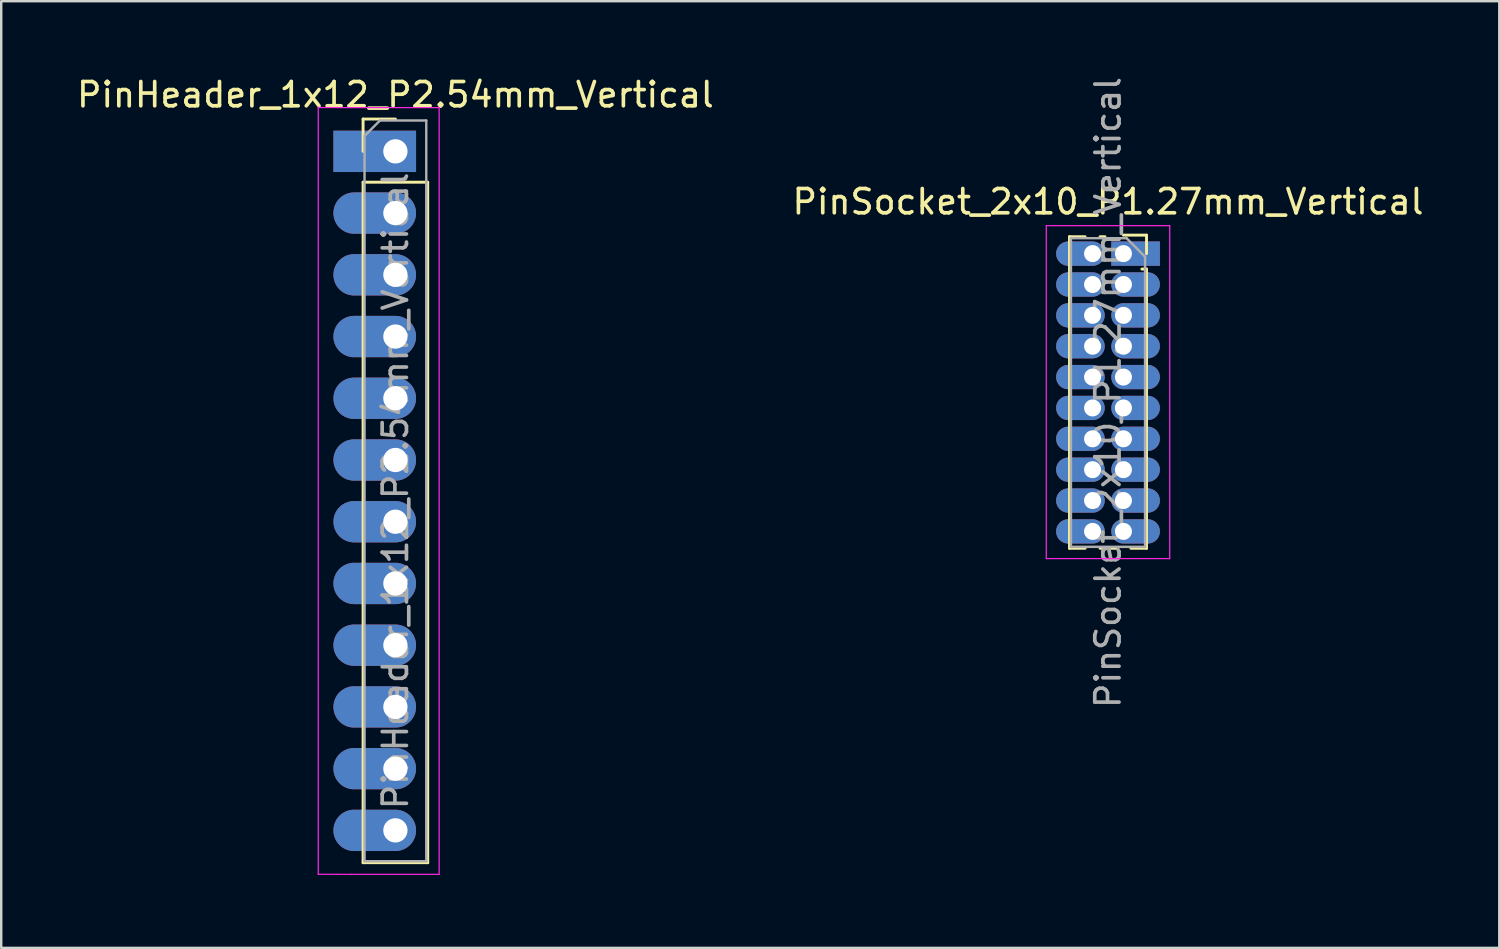
<source format=kicad_pcb>
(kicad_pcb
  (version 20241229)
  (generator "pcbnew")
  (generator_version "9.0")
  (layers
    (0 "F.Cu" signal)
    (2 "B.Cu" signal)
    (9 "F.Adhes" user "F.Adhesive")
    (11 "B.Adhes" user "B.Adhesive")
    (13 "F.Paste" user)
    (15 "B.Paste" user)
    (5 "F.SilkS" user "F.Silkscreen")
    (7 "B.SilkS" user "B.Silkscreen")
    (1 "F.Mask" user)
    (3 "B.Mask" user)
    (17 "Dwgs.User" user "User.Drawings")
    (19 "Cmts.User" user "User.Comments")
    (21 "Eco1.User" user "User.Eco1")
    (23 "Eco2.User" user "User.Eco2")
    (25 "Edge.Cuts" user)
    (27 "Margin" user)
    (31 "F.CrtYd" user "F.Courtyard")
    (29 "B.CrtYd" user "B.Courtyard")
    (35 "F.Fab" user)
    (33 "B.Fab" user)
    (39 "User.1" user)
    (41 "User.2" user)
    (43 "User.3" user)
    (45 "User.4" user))
  (footprint "PinSocket_2x10_P1.27mm_Vertical"
    (layer "F.Cu")
    (at 43.177 7.386)
    (property "Reference" "PinSocket_2x10_P1.27mm_Vertical" (at -0.635 -2.135 0) (layer "F.SilkS") (effects (font (size 1 1) (thickness 0.15))))
    (attr through_hole)
    (fp_line (start -2.22 -0.695) (end -2.22 12.125) (stroke (width 0.12) (type solid)) (layer "F.SilkS"))
    (fp_line (start -2.22 -0.695) (end -1.578 -0.695) (stroke (width 0.12) (type solid)) (layer "F.SilkS"))
    (fp_line (start -2.22 12.125) (end -1.578 12.125) (stroke (width 0.12) (type solid)) (layer "F.SilkS"))
    (fp_line (start -0.962 -0.695) (end -0.76 -0.695) (stroke (width 0.12) (type solid)) (layer "F.SilkS"))
    (fp_line (start -0.962 12.125) (end -0.308 12.125) (stroke (width 0.12) (type solid)) (layer "F.SilkS"))
    (fp_line (start 0 -0.76) (end 0.95 -0.76) (stroke (width 0.12) (type solid)) (layer "F.SilkS"))
    (fp_line (start 0.308 12.125) (end 0.95 12.125) (stroke (width 0.12) (type solid)) (layer "F.SilkS"))
    (fp_line (start 0.76 0.635) (end 0.95 0.635) (stroke (width 0.12) (type solid)) (layer "F.SilkS"))
    (fp_line (start 0.95 -0.76) (end 0.95 0) (stroke (width 0.12) (type solid)) (layer "F.SilkS"))
    (fp_line (start 0.95 0.635) (end 0.95 12.125) (stroke (width 0.12) (type solid)) (layer "F.SilkS"))
    (fp_line (start -3.175 12.55) (end -3.175 -1.15) (stroke (width 0.05) (type solid)) (layer "F.CrtYd"))
    (fp_line (start -3.175 12.55) (end 1.905 12.55) (stroke (width 0.05) (type default)) (layer "F.CrtYd"))
    (fp_line (start 1.905 -1.15) (end -3.175 -1.15) (stroke (width 0.05) (type default)) (layer "F.CrtYd"))
    (fp_line (start 1.905 -1.15) (end 1.905 12.55) (stroke (width 0.05) (type solid)) (layer "F.CrtYd"))
    (fp_line (start -2.16 -0.635) (end 0.128 -0.635) (stroke (width 0.1) (type solid)) (layer "F.Fab"))
    (fp_line (start -2.16 12.065) (end -2.16 -0.635) (stroke (width 0.1) (type solid)) (layer "F.Fab"))
    (fp_line (start 0.128 -0.635) (end 0.89 0.128) (stroke (width 0.1) (type solid)) (layer "F.Fab"))
    (fp_line (start 0.89 0.128) (end 0.89 12.065) (stroke (width 0.1) (type solid)) (layer "F.Fab"))
    (fp_line (start 0.89 12.065) (end -2.16 12.065) (stroke (width 0.1) (type solid)) (layer "F.Fab"))
    (fp_text user "${REFERENCE}" (at -0.635 5.715 90) (layer "F.Fab") (effects (font (size 1 1) (thickness 0.15))))
    (pad "1" thru_hole rect (at 0 0) (size 2 1) (drill 0.7 (offset 0.5 0)) (layers "*.Cu" "*.Mask"))
    (pad "2" thru_hole oval (at -1.27 0) (size 2 1) (drill 0.7 (offset -0.5 0)) (layers "*.Cu" "*.Mask"))
    (pad "3" thru_hole oval (at 0 1.27) (size 2 1) (drill 0.7 (offset 0.5 0)) (layers "*.Cu" "*.Mask"))
    (pad "4" thru_hole oval (at -1.27 1.27) (size 2 1) (drill 0.7 (offset -0.5 0)) (layers "*.Cu" "*.Mask"))
    (pad "5" thru_hole oval (at 0 2.54) (size 2 1) (drill 0.7 (offset 0.5 0)) (layers "*.Cu" "*.Mask"))
    (pad "6" thru_hole oval (at -1.27 2.54) (size 2 1) (drill 0.7 (offset -0.5 0)) (layers "*.Cu" "*.Mask"))
    (pad "7" thru_hole oval (at 0 3.81) (size 2 1) (drill 0.7 (offset 0.5 0)) (layers "*.Cu" "*.Mask"))
    (pad "8" thru_hole oval (at -1.27 3.81) (size 2 1) (drill 0.7 (offset -0.5 0)) (layers "*.Cu" "*.Mask"))
    (pad "9" thru_hole oval (at 0 5.08) (size 2 1) (drill 0.7 (offset 0.5 0)) (layers "*.Cu" "*.Mask"))
    (pad "10" thru_hole oval (at -1.27 5.08) (size 2 1) (drill 0.7 (offset -0.5 0)) (layers "*.Cu" "*.Mask"))
    (pad "11" thru_hole oval (at 0 6.35) (size 2 1) (drill 0.7 (offset 0.5 0)) (layers "*.Cu" "*.Mask"))
    (pad "12" thru_hole oval (at -1.27 6.35) (size 2 1) (drill 0.7 (offset -0.5 0)) (layers "*.Cu" "*.Mask"))
    (pad "13" thru_hole oval (at 0 7.62) (size 2 1) (drill 0.7 (offset 0.5 0)) (layers "*.Cu" "*.Mask"))
    (pad "14" thru_hole oval (at -1.27 7.62) (size 2 1) (drill 0.7 (offset -0.5 0)) (layers "*.Cu" "*.Mask"))
    (pad "15" thru_hole oval (at 0 8.89) (size 2 1) (drill 0.7 (offset 0.5 0)) (layers "*.Cu" "*.Mask"))
    (pad "16" thru_hole oval (at -1.27 8.89) (size 2 1) (drill 0.7 (offset -0.5 0)) (layers "*.Cu" "*.Mask"))
    (pad "17" thru_hole oval (at 0 10.16) (size 2 1) (drill 0.7 (offset 0.5 0)) (layers "*.Cu" "*.Mask"))
    (pad "18" thru_hole oval (at -1.27 10.16) (size 2 1) (drill 0.7 (offset -0.5 0)) (layers "*.Cu" "*.Mask"))
    (pad "19" thru_hole oval (at 0 11.43) (size 2 1) (drill 0.7 (offset 0.5 0)) (layers "*.Cu" "*.Mask"))
    (pad "20" thru_hole oval (at -1.27 11.43) (size 2 1) (drill 0.7 (offset -0.5 0)) (layers "*.Cu" "*.Mask")))
  (footprint "PinHeader_1x12_P2.54mm_Vertical"
    (layer "F.Cu")
    (at 13.22 3.178)
    (property "Reference" "PinHeader_1x12_P2.54mm_Vertical" (at 0 -2.33 0) (layer "F.SilkS") (effects (font (size 1 1) (thickness 0.15))))
    (attr through_hole)
    (fp_line (start -1.33 -1.33) (end 0 -1.33) (stroke (width 0.12) (type solid)) (layer "F.SilkS"))
    (fp_line (start -1.33 0) (end -1.33 -1.33) (stroke (width 0.12) (type solid)) (layer "F.SilkS"))
    (fp_line (start -1.33 1.27) (end -1.33 29.27) (stroke (width 0.12) (type solid)) (layer "F.SilkS"))
    (fp_line (start -1.33 1.27) (end 1.33 1.27) (stroke (width 0.12) (type solid)) (layer "F.SilkS"))
    (fp_line (start -1.33 29.27) (end 1.33 29.27) (stroke (width 0.12) (type solid)) (layer "F.SilkS"))
    (fp_line (start 1.33 1.27) (end 1.33 29.27) (stroke (width 0.12) (type solid)) (layer "F.SilkS"))
    (fp_line (start -3.175 -1.805) (end -3.175 29.745) (stroke (width 0.05) (type solid)) (layer "F.CrtYd"))
    (fp_line (start -3.175 -1.805) (end -1.8 -1.8) (stroke (width 0.05) (type default)) (layer "F.CrtYd"))
    (fp_line (start -1.8 29.75) (end -3.175 29.745) (stroke (width 0.05) (type default)) (layer "F.CrtYd"))
    (fp_line (start -1.8 29.75) (end 1.8 29.75) (stroke (width 0.05) (type solid)) (layer "F.CrtYd"))
    (fp_line (start 1.8 -1.8) (end -1.8 -1.8) (stroke (width 0.05) (type solid)) (layer "F.CrtYd"))
    (fp_line (start 1.8 29.75) (end 1.8 -1.8) (stroke (width 0.05) (type solid)) (layer "F.CrtYd"))
    (fp_line (start -1.27 -0.635) (end -0.635 -1.27) (stroke (width 0.1) (type solid)) (layer "F.Fab"))
    (fp_line (start -1.27 29.21) (end -1.27 -0.635) (stroke (width 0.1) (type solid)) (layer "F.Fab"))
    (fp_line (start -0.635 -1.27) (end 1.27 -1.27) (stroke (width 0.1) (type solid)) (layer "F.Fab"))
    (fp_line (start 1.27 -1.27) (end 1.27 29.21) (stroke (width 0.1) (type solid)) (layer "F.Fab"))
    (fp_line (start 1.27 29.21) (end -1.27 29.21) (stroke (width 0.1) (type solid)) (layer "F.Fab"))
    (fp_text user "${REFERENCE}" (at 0 13.97 90) (layer "F.Fab") (effects (font (size 1 1) (thickness 0.15))))
    (pad "1" thru_hole rect (at 0 0) (size 3.4 1.7) (drill 1 (offset -0.85 0)) (layers "*.Cu" "*.Mask"))
    (pad "2" thru_hole oval (at 0 2.54) (size 3.4 1.7) (drill 1 (offset -0.85 0)) (layers "*.Cu" "*.Mask"))
    (pad "3" thru_hole oval (at 0 5.08) (size 3.4 1.7) (drill 1 (offset -0.85 0)) (layers "*.Cu" "*.Mask"))
    (pad "4" thru_hole oval (at 0 7.62) (size 3.4 1.7) (drill 1 (offset -0.85 0)) (layers "*.Cu" "*.Mask"))
    (pad "5" thru_hole oval (at 0 10.16) (size 3.4 1.7) (drill 1 (offset -0.85 0)) (layers "*.Cu" "*.Mask"))
    (pad "6" thru_hole oval (at 0 12.7) (size 3.4 1.7) (drill 1 (offset -0.85 0)) (layers "*.Cu" "*.Mask"))
    (pad "7" thru_hole oval (at 0 15.24) (size 3.4 1.7) (drill 1 (offset -0.85 0)) (layers "*.Cu" "*.Mask"))
    (pad "8" thru_hole oval (at 0 17.78) (size 3.4 1.7) (drill 1 (offset -0.85 0)) (layers "*.Cu" "*.Mask"))
    (pad "9" thru_hole oval (at 0 20.32) (size 3.4 1.7) (drill 1 (offset -0.85 0)) (layers "*.Cu" "*.Mask"))
    (pad "10" thru_hole oval (at 0 22.86) (size 3.4 1.7) (drill 1 (offset -0.85 0)) (layers "*.Cu" "*.Mask"))
    (pad "11" thru_hole oval (at 0 25.4) (size 3.4 1.7) (drill 1 (offset -0.85 0)) (layers "*.Cu" "*.Mask"))
    (pad "12" thru_hole oval (at 0 27.94) (size 3.4 1.7) (drill 1 (offset -0.85 0)) (layers "*.Cu" "*.Mask")))
  (gr_rect
    (start -3 -3)
    (end 58.643 35.953)
    (stroke (width 0.1) (type default))
    (fill no)
    (layer "Edge.Cuts")))
</source>
